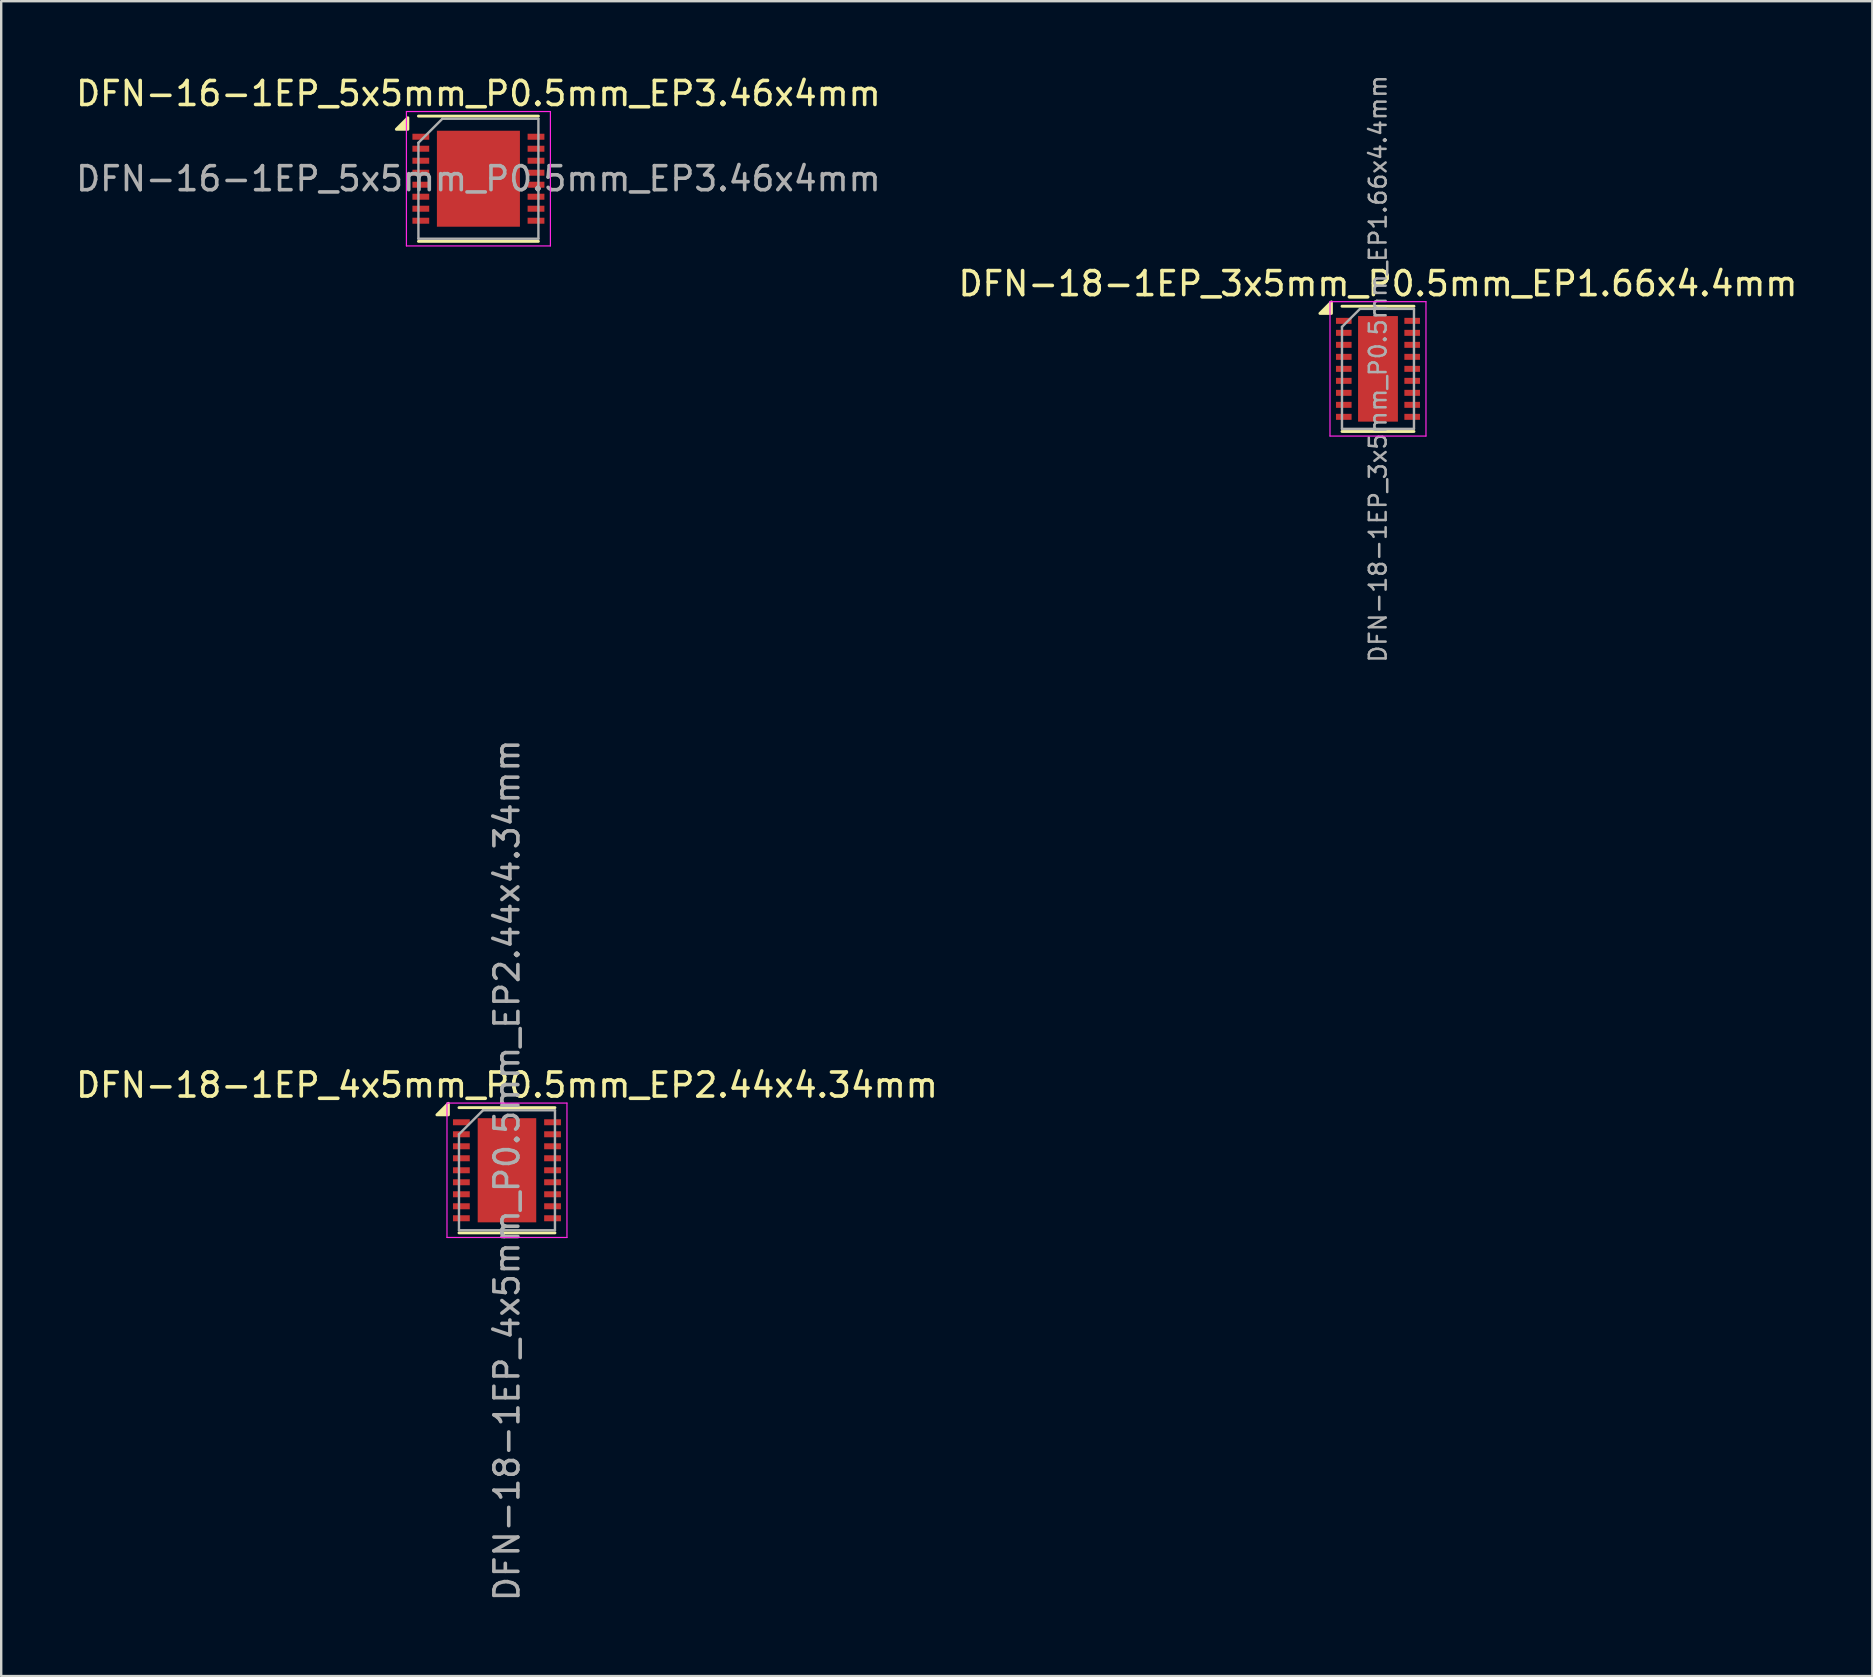
<source format=kicad_pcb>
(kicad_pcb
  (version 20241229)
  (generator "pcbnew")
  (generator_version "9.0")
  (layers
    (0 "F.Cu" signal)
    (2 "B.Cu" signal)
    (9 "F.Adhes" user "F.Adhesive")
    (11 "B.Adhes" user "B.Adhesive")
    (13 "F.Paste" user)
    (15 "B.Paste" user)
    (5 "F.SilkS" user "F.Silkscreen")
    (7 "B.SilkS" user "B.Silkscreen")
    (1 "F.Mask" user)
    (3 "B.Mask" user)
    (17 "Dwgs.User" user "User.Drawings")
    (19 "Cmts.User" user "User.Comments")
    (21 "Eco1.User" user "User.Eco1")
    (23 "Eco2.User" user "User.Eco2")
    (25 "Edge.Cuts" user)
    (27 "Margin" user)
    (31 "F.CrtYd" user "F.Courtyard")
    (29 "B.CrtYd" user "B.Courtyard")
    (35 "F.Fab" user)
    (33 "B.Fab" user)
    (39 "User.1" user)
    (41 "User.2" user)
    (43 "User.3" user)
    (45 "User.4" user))
  (footprint "DFN-18-1EP_3x5mm_P0.5mm_EP1.66x4.4mm"
    (layer "F.Cu")
    (at 54.375 12.321)
    (property "Reference" "DFN-18-1EP_3x5mm_P0.5mm_EP1.66x4.4mm" (at 0 -3.55 0) (layer "F.SilkS") (effects (font (size 1 1) (thickness 0.15))))
    (attr smd)
    (fp_line (start -1.5 -2.61) (end 1.5 -2.61) (stroke (width 0.12) (type solid)) (layer "F.SilkS"))
    (fp_line (start -1.5 2.61) (end 1.5 2.61) (stroke (width 0.12) (type solid)) (layer "F.SilkS"))
    (fp_poly (pts (xy -1.94 -2.31) (xy -2.42 -2.31) (xy -1.94 -2.79) (xy -1.94 -2.31)) (stroke (width 0.12) (type solid)) (fill yes) (layer "F.SilkS"))
    (fp_line (start -2 -2.8) (end -2 2.8) (stroke (width 0.05) (type solid)) (layer "F.CrtYd"))
    (fp_line (start -2 -2.8) (end 2 -2.8) (stroke (width 0.05) (type solid)) (layer "F.CrtYd"))
    (fp_line (start -2 2.8) (end 2 2.8) (stroke (width 0.05) (type solid)) (layer "F.CrtYd"))
    (fp_line (start 2 -2.8) (end 2 2.8) (stroke (width 0.05) (type solid)) (layer "F.CrtYd"))
    (fp_line (start -1.5 -1.75) (end -0.75 -2.5) (stroke (width 0.1) (type solid)) (layer "F.Fab"))
    (fp_line (start -1.5 2.5) (end -1.5 -1.75) (stroke (width 0.1) (type solid)) (layer "F.Fab"))
    (fp_line (start -0.75 -2.5) (end 1.5 -2.5) (stroke (width 0.1) (type solid)) (layer "F.Fab"))
    (fp_line (start 1.5 -2.5) (end 1.5 2.5) (stroke (width 0.1) (type solid)) (layer "F.Fab"))
    (fp_line (start 1.5 2.5) (end -1.5 2.5) (stroke (width 0.1) (type solid)) (layer "F.Fab"))
    (fp_text user "${REFERENCE}" (at 0 0 90) (layer "F.Fab") (effects (font (size 0.7 0.7) (thickness 0.105))))
    (pad "" smd rect (at -0.415 -1.76) (size 0.67 0.71) (layers "F.Paste"))
    (pad "" smd rect (at -0.415 -0.88) (size 0.67 0.71) (layers "F.Paste"))
    (pad "" smd rect (at -0.415 0) (size 0.67 0.71) (layers "F.Paste"))
    (pad "" smd rect (at -0.415 0.88) (size 0.67 0.71) (layers "F.Paste"))
    (pad "" smd rect (at -0.415 1.76) (size 0.67 0.71) (layers "F.Paste"))
    (pad "" smd rect (at 0.415 -1.76) (size 0.67 0.71) (layers "F.Paste"))
    (pad "" smd rect (at 0.415 -0.88) (size 0.67 0.71) (layers "F.Paste"))
    (pad "" smd rect (at 0.415 0) (size 0.67 0.71) (layers "F.Paste"))
    (pad "" smd rect (at 0.415 0.88) (size 0.67 0.71) (layers "F.Paste"))
    (pad "" smd rect (at 0.415 1.76) (size 0.67 0.71) (layers "F.Paste"))
    (pad "1" smd rect (at -1.425 -2) (size 0.65 0.25) (layers "F.Cu" "F.Mask" "F.Paste"))
    (pad "2" smd rect (at -1.425 -1.5) (size 0.65 0.25) (layers "F.Cu" "F.Mask" "F.Paste"))
    (pad "3" smd rect (at -1.425 -1) (size 0.65 0.25) (layers "F.Cu" "F.Mask" "F.Paste"))
    (pad "4" smd rect (at -1.425 -0.5) (size 0.65 0.25) (layers "F.Cu" "F.Mask" "F.Paste"))
    (pad "5" smd rect (at -1.425 0) (size 0.65 0.25) (layers "F.Cu" "F.Mask" "F.Paste"))
    (pad "6" smd rect (at -1.425 0.5) (size 0.65 0.25) (layers "F.Cu" "F.Mask" "F.Paste"))
    (pad "7" smd rect (at -1.425 1) (size 0.65 0.25) (layers "F.Cu" "F.Mask" "F.Paste"))
    (pad "8" smd rect (at -1.425 1.5) (size 0.65 0.25) (layers "F.Cu" "F.Mask" "F.Paste"))
    (pad "9" smd rect (at -1.425 2) (size 0.65 0.25) (layers "F.Cu" "F.Mask" "F.Paste"))
    (pad "10" smd rect (at 1.425 2) (size 0.65 0.25) (layers "F.Cu" "F.Mask" "F.Paste"))
    (pad "11" smd rect (at 1.425 1.5) (size 0.65 0.25) (layers "F.Cu" "F.Mask" "F.Paste"))
    (pad "12" smd rect (at 1.425 1) (size 0.65 0.25) (layers "F.Cu" "F.Mask" "F.Paste"))
    (pad "13" smd rect (at 1.425 0.5) (size 0.65 0.25) (layers "F.Cu" "F.Mask" "F.Paste"))
    (pad "14" smd rect (at 1.425 0) (size 0.65 0.25) (layers "F.Cu" "F.Mask" "F.Paste"))
    (pad "15" smd rect (at 1.425 -0.5) (size 0.65 0.25) (layers "F.Cu" "F.Mask" "F.Paste"))
    (pad "16" smd rect (at 1.425 -1) (size 0.65 0.25) (layers "F.Cu" "F.Mask" "F.Paste"))
    (pad "17" smd rect (at 1.425 -1.5) (size 0.65 0.25) (layers "F.Cu" "F.Mask" "F.Paste"))
    (pad "18" smd rect (at 1.425 -2) (size 0.65 0.25) (layers "F.Cu" "F.Mask" "F.Paste"))
    (pad "19" smd rect (at 0 0) (size 1.66 4.4) (layers "F.Cu" "F.Mask")))
  (footprint "DFN-16-1EP_5x5mm_P0.5mm_EP3.46x4mm"
    (layer "F.Cu")
    (at 16.887 4.398)
    (property "Reference" "DFN-16-1EP_5x5mm_P0.5mm_EP3.46x4mm" (at 0 -3.55 0) (layer "F.SilkS") (effects (font (size 1 1) (thickness 0.15))))
    (attr smd)
    (fp_line (start -2.5 -2.61) (end 2.5 -2.61) (stroke (width 0.12) (type solid)) (layer "F.SilkS"))
    (fp_line (start -2.5 2.61) (end 2.5 2.61) (stroke (width 0.12) (type solid)) (layer "F.SilkS"))
    (fp_poly (pts (xy -2.94 -2.06) (xy -3.42 -2.06) (xy -2.94 -2.54) (xy -2.94 -2.06)) (stroke (width 0.12) (type solid)) (fill yes) (layer "F.SilkS"))
    (fp_line (start -3 -2.8) (end -3 2.8) (stroke (width 0.05) (type solid)) (layer "F.CrtYd"))
    (fp_line (start -3 -2.8) (end 3 -2.8) (stroke (width 0.05) (type solid)) (layer "F.CrtYd"))
    (fp_line (start -3 2.8) (end 3 2.8) (stroke (width 0.05) (type solid)) (layer "F.CrtYd"))
    (fp_line (start 3 -2.8) (end 3 2.8) (stroke (width 0.05) (type solid)) (layer "F.CrtYd"))
    (fp_line (start -2.5 -1.5) (end -1.5 -2.5) (stroke (width 0.1) (type solid)) (layer "F.Fab"))
    (fp_line (start -2.5 2.5) (end -2.5 -1.5) (stroke (width 0.1) (type solid)) (layer "F.Fab"))
    (fp_line (start -1.5 -2.5) (end 2.5 -2.5) (stroke (width 0.1) (type solid)) (layer "F.Fab"))
    (fp_line (start 2.5 -2.5) (end 2.5 2.5) (stroke (width 0.1) (type solid)) (layer "F.Fab"))
    (fp_line (start 2.5 2.5) (end -2.5 2.5) (stroke (width 0.1) (type solid)) (layer "F.Fab"))
    (fp_text user "${REFERENCE}" (at 0 0 0) (layer "F.Fab") (effects (font (size 1 1) (thickness 0.15))))
    (pad "" smd rect (at -1.154 -1.34) (size 0.9 1.1) (layers "F.Paste"))
    (pad "" smd rect (at -1.154 0) (size 0.9 1.1) (layers "F.Paste"))
    (pad "" smd rect (at -1.154 1.34) (size 0.9 1.1) (layers "F.Paste"))
    (pad "" smd rect (at 0 -1.34) (size 0.9 1.1) (layers "F.Paste"))
    (pad "" smd rect (at 0 0) (size 0.9 1.1) (layers "F.Paste"))
    (pad "" smd rect (at 0 1.34) (size 0.9 1.1) (layers "F.Paste"))
    (pad "" smd rect (at 1.154 -1.34) (size 0.9 1.1) (layers "F.Paste"))
    (pad "" smd rect (at 1.154 0) (size 0.9 1.1) (layers "F.Paste"))
    (pad "" smd rect (at 1.154 1.34) (size 0.9 1.1) (layers "F.Paste"))
    (pad "1" smd rect (at -2.4 -1.75) (size 0.7 0.25) (layers "F.Cu" "F.Mask" "F.Paste"))
    (pad "2" smd rect (at -2.4 -1.25) (size 0.7 0.25) (layers "F.Cu" "F.Mask" "F.Paste"))
    (pad "3" smd rect (at -2.4 -0.75) (size 0.7 0.25) (layers "F.Cu" "F.Mask" "F.Paste"))
    (pad "4" smd rect (at -2.4 -0.25) (size 0.7 0.25) (layers "F.Cu" "F.Mask" "F.Paste"))
    (pad "5" smd rect (at -2.4 0.25) (size 0.7 0.25) (layers "F.Cu" "F.Mask" "F.Paste"))
    (pad "6" smd rect (at -2.4 0.75) (size 0.7 0.25) (layers "F.Cu" "F.Mask" "F.Paste"))
    (pad "7" smd rect (at -2.4 1.25) (size 0.7 0.25) (layers "F.Cu" "F.Mask" "F.Paste"))
    (pad "8" smd rect (at -2.4 1.75) (size 0.7 0.25) (layers "F.Cu" "F.Mask" "F.Paste"))
    (pad "9" smd rect (at 2.4 1.75) (size 0.7 0.25) (layers "F.Cu" "F.Mask" "F.Paste"))
    (pad "10" smd rect (at 2.4 1.25) (size 0.7 0.25) (layers "F.Cu" "F.Mask" "F.Paste"))
    (pad "11" smd rect (at 2.4 0.75) (size 0.7 0.25) (layers "F.Cu" "F.Mask" "F.Paste"))
    (pad "12" smd rect (at 2.4 0.25) (size 0.7 0.25) (layers "F.Cu" "F.Mask" "F.Paste"))
    (pad "13" smd rect (at 2.4 -0.25) (size 0.7 0.25) (layers "F.Cu" "F.Mask" "F.Paste"))
    (pad "14" smd rect (at 2.4 -0.75) (size 0.7 0.25) (layers "F.Cu" "F.Mask" "F.Paste"))
    (pad "15" smd rect (at 2.4 -1.25) (size 0.7 0.25) (layers "F.Cu" "F.Mask" "F.Paste"))
    (pad "16" smd rect (at 2.4 -1.75) (size 0.7 0.25) (layers "F.Cu" "F.Mask" "F.Paste"))
    (pad "17" smd rect (at 0 0) (size 3.46 4) (layers "F.Cu" "F.Mask")))
  (footprint "DFN-18-1EP_4x5mm_P0.5mm_EP2.44x4.34mm"
    (layer "F.Cu")
    (at 18.077 45.719)
    (property "Reference" "DFN-18-1EP_4x5mm_P0.5mm_EP2.44x4.34mm" (at 0 -3.55 0) (layer "F.SilkS") (effects (font (size 1 1) (thickness 0.15))))
    (attr smd)
    (fp_line (start -2 -2.61) (end 2 -2.61) (stroke (width 0.12) (type solid)) (layer "F.SilkS"))
    (fp_line (start -2 2.61) (end 2 2.61) (stroke (width 0.12) (type solid)) (layer "F.SilkS"))
    (fp_poly (pts (xy -2.44 -2.31) (xy -2.92 -2.31) (xy -2.44 -2.79) (xy -2.44 -2.31)) (stroke (width 0.12) (type solid)) (fill yes) (layer "F.SilkS"))
    (fp_line (start -2.5 -2.8) (end -2.5 2.8) (stroke (width 0.05) (type solid)) (layer "F.CrtYd"))
    (fp_line (start -2.5 -2.8) (end 2.5 -2.8) (stroke (width 0.05) (type solid)) (layer "F.CrtYd"))
    (fp_line (start -2.5 2.8) (end 2.5 2.8) (stroke (width 0.05) (type solid)) (layer "F.CrtYd"))
    (fp_line (start 2.5 -2.8) (end 2.5 2.8) (stroke (width 0.05) (type solid)) (layer "F.CrtYd"))
    (fp_line (start -2 -1.5) (end -1 -2.5) (stroke (width 0.1) (type solid)) (layer "F.Fab"))
    (fp_line (start -2 2.5) (end -2 -1.5) (stroke (width 0.1) (type solid)) (layer "F.Fab"))
    (fp_line (start -1 -2.5) (end 2 -2.5) (stroke (width 0.1) (type solid)) (layer "F.Fab"))
    (fp_line (start 2 -2.5) (end 2 2.5) (stroke (width 0.1) (type solid)) (layer "F.Fab"))
    (fp_line (start 2 2.5) (end -2 2.5) (stroke (width 0.1) (type solid)) (layer "F.Fab"))
    (fp_text user "${REFERENCE}" (at 0 0 90) (layer "F.Fab") (effects (font (size 1 1) (thickness 0.15))))
    (pad "" smd rect (at -0.61 -1.627) (size 1 0.86) (layers "F.Paste"))
    (pad "" smd rect (at -0.61 -0.542) (size 1 0.86) (layers "F.Paste"))
    (pad "" smd rect (at -0.61 0.542) (size 1 0.86) (layers "F.Paste"))
    (pad "" smd rect (at -0.61 1.627) (size 1 0.86) (layers "F.Paste"))
    (pad "" smd rect (at 0.61 -1.627) (size 1 0.86) (layers "F.Paste"))
    (pad "" smd rect (at 0.61 -0.542) (size 1 0.86) (layers "F.Paste"))
    (pad "" smd rect (at 0.61 0.542) (size 1 0.86) (layers "F.Paste"))
    (pad "" smd rect (at 0.61 1.627) (size 1 0.86) (layers "F.Paste"))
    (pad "1" smd rect (at -1.9 -2) (size 0.7 0.25) (layers "F.Cu" "F.Mask" "F.Paste"))
    (pad "2" smd rect (at -1.9 -1.5) (size 0.7 0.25) (layers "F.Cu" "F.Mask" "F.Paste"))
    (pad "3" smd rect (at -1.9 -1) (size 0.7 0.25) (layers "F.Cu" "F.Mask" "F.Paste"))
    (pad "4" smd rect (at -1.9 -0.5) (size 0.7 0.25) (layers "F.Cu" "F.Mask" "F.Paste"))
    (pad "5" smd rect (at -1.9 0) (size 0.7 0.25) (layers "F.Cu" "F.Mask" "F.Paste"))
    (pad "6" smd rect (at -1.9 0.5) (size 0.7 0.25) (layers "F.Cu" "F.Mask" "F.Paste"))
    (pad "7" smd rect (at -1.9 1) (size 0.7 0.25) (layers "F.Cu" "F.Mask" "F.Paste"))
    (pad "8" smd rect (at -1.9 1.5) (size 0.7 0.25) (layers "F.Cu" "F.Mask" "F.Paste"))
    (pad "9" smd rect (at -1.9 2) (size 0.7 0.25) (layers "F.Cu" "F.Mask" "F.Paste"))
    (pad "10" smd rect (at 1.9 2) (size 0.7 0.25) (layers "F.Cu" "F.Mask" "F.Paste"))
    (pad "11" smd rect (at 1.9 1.5) (size 0.7 0.25) (layers "F.Cu" "F.Mask" "F.Paste"))
    (pad "12" smd rect (at 1.9 1) (size 0.7 0.25) (layers "F.Cu" "F.Mask" "F.Paste"))
    (pad "13" smd rect (at 1.9 0.5) (size 0.7 0.25) (layers "F.Cu" "F.Mask" "F.Paste"))
    (pad "14" smd rect (at 1.9 0) (size 0.7 0.25) (layers "F.Cu" "F.Mask" "F.Paste"))
    (pad "15" smd rect (at 1.9 -0.5) (size 0.7 0.25) (layers "F.Cu" "F.Mask" "F.Paste"))
    (pad "16" smd rect (at 1.9 -1) (size 0.7 0.25) (layers "F.Cu" "F.Mask" "F.Paste"))
    (pad "17" smd rect (at 1.9 -1.5) (size 0.7 0.25) (layers "F.Cu" "F.Mask" "F.Paste"))
    (pad "18" smd rect (at 1.9 -2) (size 0.7 0.25) (layers "F.Cu" "F.Mask" "F.Paste"))
    (pad "19" smd rect (at 0 0) (size 2.44 4.34) (layers "F.Cu" "F.Mask")))
  (gr_rect
    (start -3 -3)
    (end 74.976 66.796)
    (stroke (width 0.1) (type default))
    (fill no)
    (layer "Edge.Cuts")))
</source>
